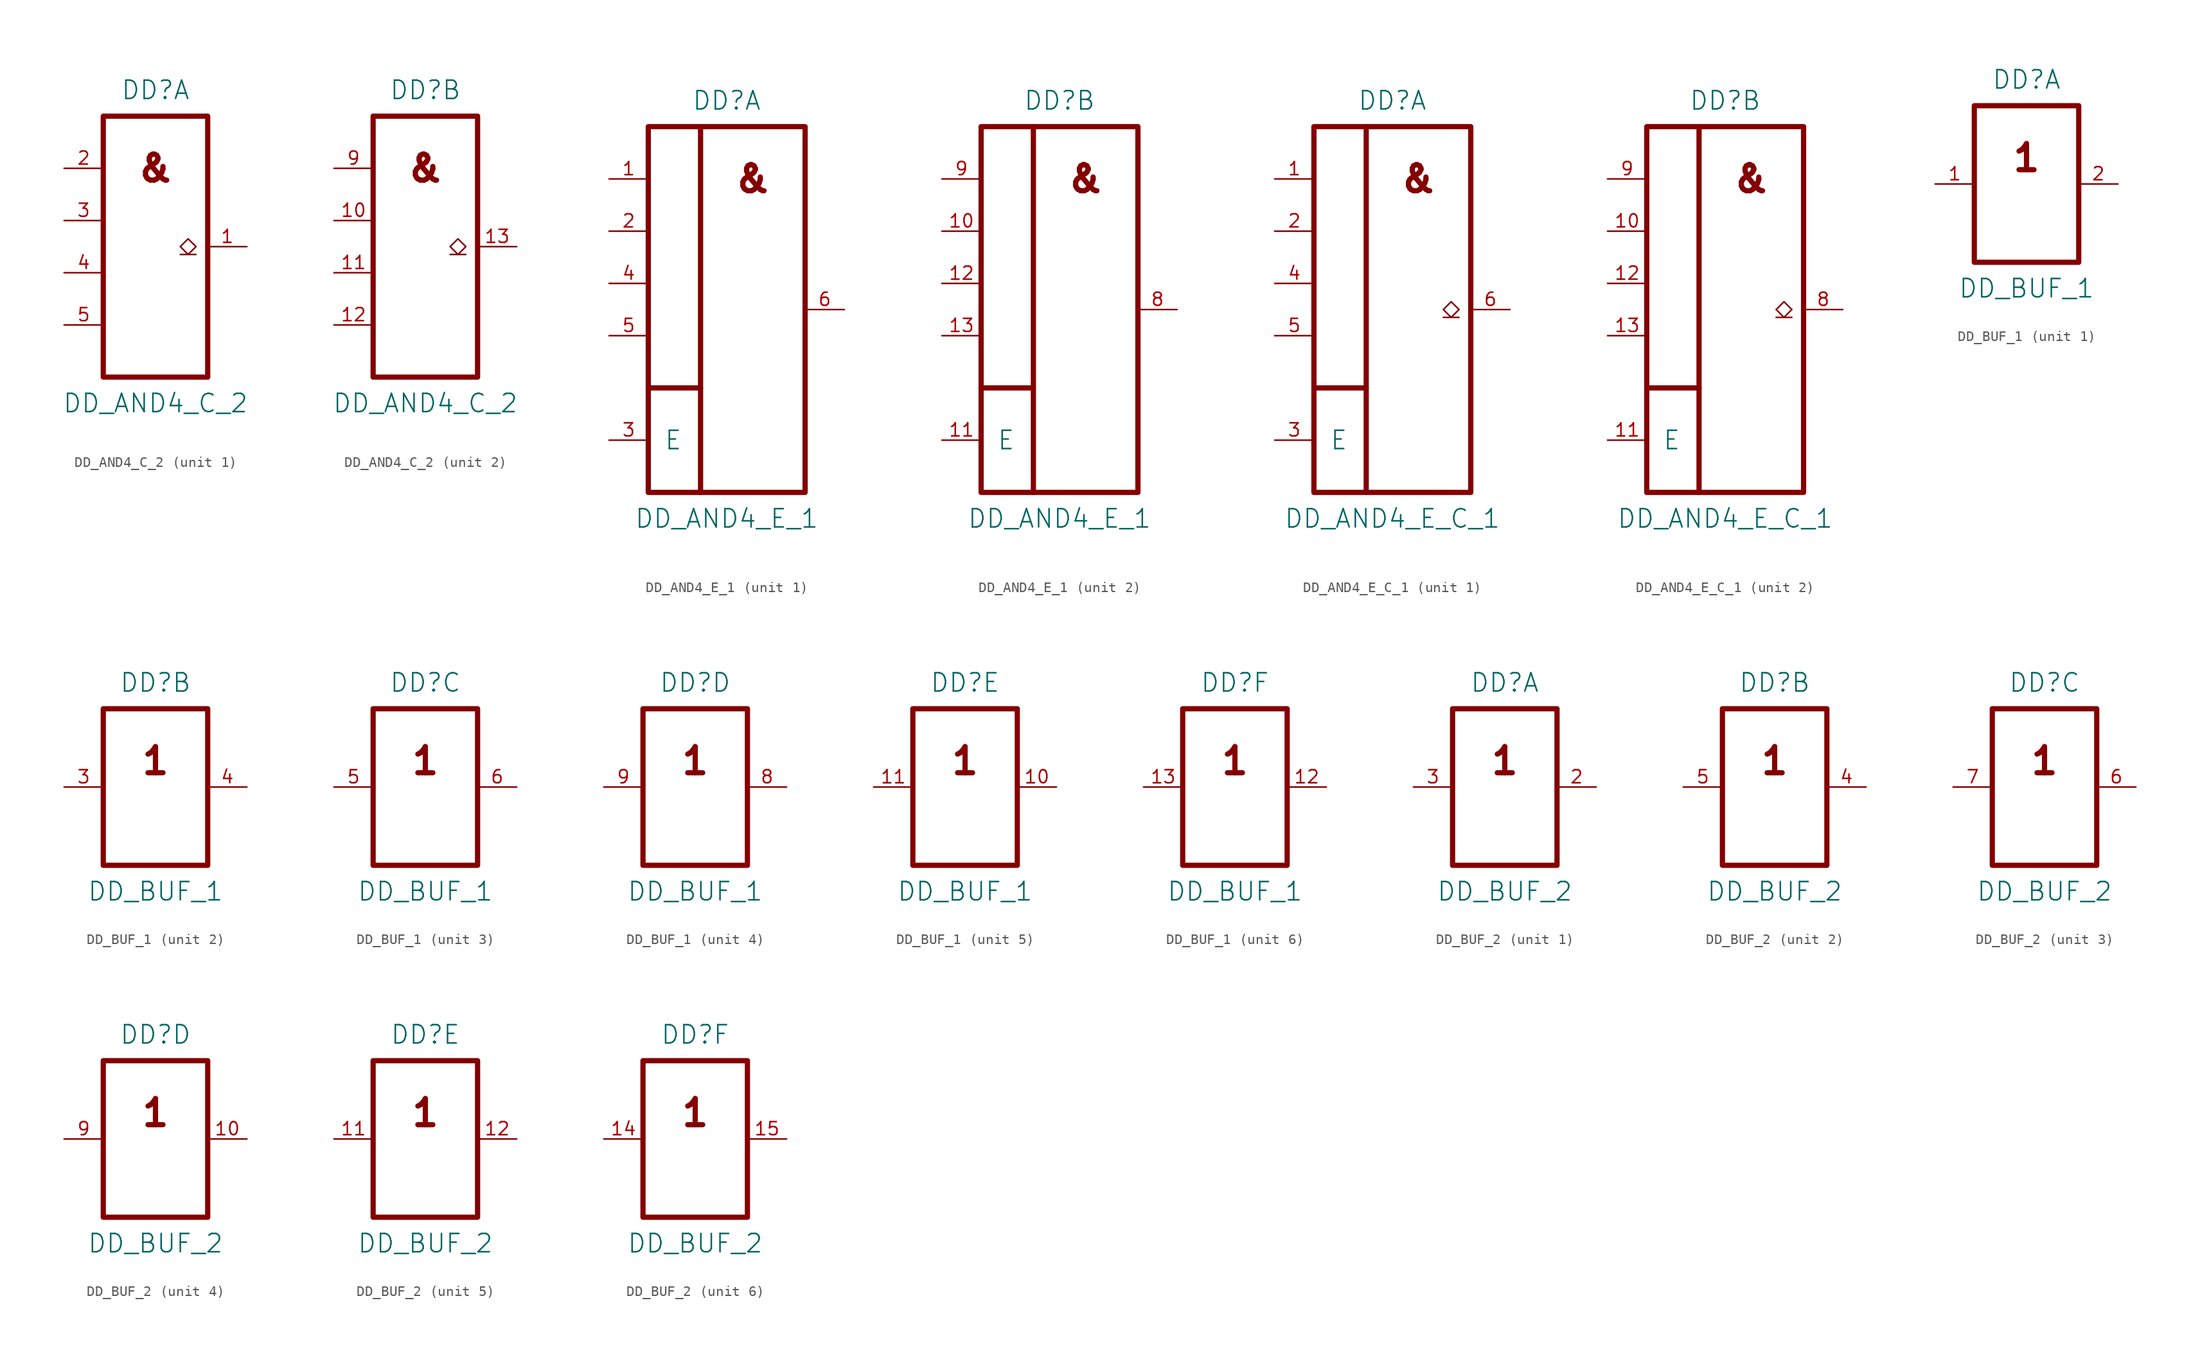
<source format=kicad_sym>
(kicad_symbol_lib
  (version 20211014)
  (generator kicad_symbol_editor)
  (symbol "DD_AND4_C_2"
    (pin_names
      (offset 1.27))
    (property "Reference" "DD"
      (at 0 15.24 0)
      (effects (font (size 1.778 1.778))))
    (property "Value" "DD_AND4_C_2"
      (at 0 -15.24 0)
      (effects (font (size 1.778 1.778))))
    (symbol "DD_AND4_C_2_0_0"
      (text "&" (at 0 7.62 0) (effects (font (size 2.54 2.54) bold))))
    (symbol "DD_AND4_C_2_0_1"
      (rectangle (start -5.08 12.7) (end 5.08 -12.7) (stroke (width 0.508) (type default) (color 0 0 0 0)) (fill (type none)))
      (polyline (pts (xy 2.413 -0.762) (xy 3.175 -0.762) (xy 2.413 0) (xy 3.175 0.762) (xy 3.937 0) (xy 3.175 -0.762) (xy 3.937 -0.762)) (stroke (width 0) (type default) (color 0 0 0 0)) (fill (type none)))
      (pin power_in non_logic (at 8.89 10.16 180) (length 3.81) hide (name "VCC" (effects (font (size 1.27 1.27)))) (number "14" (effects (font (size 1.27 1.27)))))
      (pin power_in non_logic (at 8.89 -10.16 180) (length 3.81) hide (name "GND" (effects (font (size 1.27 1.27)))) (number "7" (effects (font (size 1.27 1.27))))))
    (symbol "DD_AND4_C_2_1_1"
      (pin output line (at 8.89 0 180) (length 3.81) (name "~" (effects (font (size 1.778 1.778)))) (number "1" (effects (font (size 1.27 1.27)))))
      (pin input line (at -8.89 7.62 0) (length 3.81) (name "~" (effects (font (size 1.778 1.778)))) (number "2" (effects (font (size 1.27 1.27)))))
      (pin input line (at -8.89 2.54 0) (length 3.81) (name "~" (effects (font (size 1.778 1.778)))) (number "3" (effects (font (size 1.27 1.27)))))
      (pin input line (at -8.89 -2.54 0) (length 3.81) (name "~" (effects (font (size 1.778 1.778)))) (number "4" (effects (font (size 1.27 1.27)))))
      (pin input line (at -8.89 -7.62 0) (length 3.81) (name "~" (effects (font (size 1.778 1.778)))) (number "5" (effects (font (size 1.27 1.27))))))
    (symbol "DD_AND4_C_2_2_1"
      (pin input line (at -8.89 2.54 0) (length 3.81) (name "~" (effects (font (size 1.778 1.778)))) (number "10" (effects (font (size 1.27 1.27)))))
      (pin input line (at -8.89 -2.54 0) (length 3.81) (name "~" (effects (font (size 1.778 1.778)))) (number "11" (effects (font (size 1.27 1.27)))))
      (pin input line (at -8.89 -7.62 0) (length 3.81) (name "~" (effects (font (size 1.778 1.778)))) (number "12" (effects (font (size 1.27 1.27)))))
      (pin output line (at 8.89 0 180) (length 3.81) (name "~" (effects (font (size 1.778 1.778)))) (number "13" (effects (font (size 1.27 1.27)))))
      (pin input line (at -8.89 7.62 0) (length 3.81) (name "~" (effects (font (size 1.778 1.778)))) (number "9" (effects (font (size 1.27 1.27)))))))
  (symbol "DD_AND4_E_1"
    (pin_names
      (offset 1.524))
    (property "Reference" "DD"
      (at 0 20.32 0)
      (effects (font (size 1.778 1.778))))
    (property "Value" "DD_AND4_E_1"
      (at 0 -20.32 0)
      (effects (font (size 1.778 1.778))))
    (symbol "DD_AND4_E_1_0_0"
      (text "&" (at 2.54 12.7 0) (effects (font (size 2.54 2.54) bold))))
    (symbol "DD_AND4_E_1_0_1"
      (rectangle (start -7.62 17.78) (end 7.62 -17.78) (stroke (width 0.508) (type default) (color 0 0 0 0)) (fill (type none)))
      (polyline (pts (xy -7.62 -7.62) (xy -2.54 -7.62)) (stroke (width 0.508) (type default) (color 0 0 0 0)) (fill (type none)))
      (polyline (pts (xy -2.54 17.78) (xy -2.54 -17.78)) (stroke (width 0.508) (type default) (color 0 0 0 0)) (fill (type none)))
      (pin power_in non_logic (at 11.43 15.24 180) (length 3.81) hide (name "VCC" (effects (font (size 1.27 1.27)))) (number "14" (effects (font (size 1.27 1.27)))))
      (pin power_in non_logic (at 11.43 -15.24 180) (length 3.81) hide (name "GND" (effects (font (size 1.27 1.27)))) (number "7" (effects (font (size 1.27 1.27))))))
    (symbol "DD_AND4_E_1_1_1"
      (pin input line (at -11.43 12.7 0) (length 3.81) (name "~" (effects (font (size 1.778 1.778)))) (number "1" (effects (font (size 1.27 1.27)))))
      (pin input line (at -11.43 7.62 0) (length 3.81) (name "~" (effects (font (size 1.778 1.778)))) (number "2" (effects (font (size 1.27 1.27)))))
      (pin input line (at -11.43 -12.7 0) (length 3.81) (name "E" (effects (font (size 1.778 1.778)))) (number "3" (effects (font (size 1.27 1.27)))))
      (pin input line (at -11.43 2.54 0) (length 3.81) (name "~" (effects (font (size 1.778 1.778)))) (number "4" (effects (font (size 1.27 1.27)))))
      (pin input line (at -11.43 -2.54 0) (length 3.81) (name "~" (effects (font (size 1.778 1.778)))) (number "5" (effects (font (size 1.27 1.27)))))
      (pin output line (at 11.43 0 180) (length 3.81) (name "~" (effects (font (size 1.778 1.778)))) (number "6" (effects (font (size 1.27 1.27))))))
    (symbol "DD_AND4_E_1_2_1"
      (pin input line (at -11.43 7.62 0) (length 3.81) (name "~" (effects (font (size 1.778 1.778)))) (number "10" (effects (font (size 1.27 1.27)))))
      (pin input line (at -11.43 -12.7 0) (length 3.81) (name "E" (effects (font (size 1.778 1.778)))) (number "11" (effects (font (size 1.27 1.27)))))
      (pin input line (at -11.43 2.54 0) (length 3.81) (name "~" (effects (font (size 1.778 1.778)))) (number "12" (effects (font (size 1.27 1.27)))))
      (pin input line (at -11.43 -2.54 0) (length 3.81) (name "~" (effects (font (size 1.778 1.778)))) (number "13" (effects (font (size 1.27 1.27)))))
      (pin output line (at 11.43 0 180) (length 3.81) (name "~" (effects (font (size 1.778 1.778)))) (number "8" (effects (font (size 1.27 1.27)))))
      (pin input line (at -11.43 12.7 0) (length 3.81) (name "~" (effects (font (size 1.778 1.778)))) (number "9" (effects (font (size 1.27 1.27)))))))
  (symbol "DD_AND4_E_C_1"
    (pin_names
      (offset 1.524))
    (property "Reference" "DD"
      (at 0 20.32 0)
      (effects (font (size 1.778 1.778))))
    (property "Value" "DD_AND4_E_C_1"
      (at 0 -20.32 0)
      (effects (font (size 1.778 1.778))))
    (symbol "DD_AND4_E_C_1_0_0"
      (text "&" (at 2.54 12.7 0) (effects (font (size 2.54 2.54) bold))))
    (symbol "DD_AND4_E_C_1_0_1"
      (rectangle (start -7.62 17.78) (end 7.62 -17.78) (stroke (width 0.508) (type default) (color 0 0 0 0)) (fill (type none)))
      (polyline (pts (xy -7.62 -7.62) (xy -2.54 -7.62)) (stroke (width 0.508) (type default) (color 0 0 0 0)) (fill (type none)))
      (polyline (pts (xy -2.54 17.78) (xy -2.54 -17.78)) (stroke (width 0.508) (type default) (color 0 0 0 0)) (fill (type none)))
      (polyline (pts (xy 4.953 -0.762) (xy 5.715 -0.762) (xy 4.953 0) (xy 5.715 0.762) (xy 6.477 0) (xy 5.715 -0.762) (xy 6.477 -0.762)) (stroke (width 0) (type default) (color 0 0 0 0)) (fill (type none)))
      (pin power_in non_logic (at 11.43 15.24 180) (length 3.81) hide (name "VCC" (effects (font (size 1.27 1.27)))) (number "14" (effects (font (size 1.27 1.27)))))
      (pin power_in non_logic (at 11.43 -15.24 180) (length 3.81) hide (name "GND" (effects (font (size 1.27 1.27)))) (number "7" (effects (font (size 1.27 1.27))))))
    (symbol "DD_AND4_E_C_1_1_1"
      (pin input line (at -11.43 12.7 0) (length 3.81) (name "~" (effects (font (size 1.778 1.778)))) (number "1" (effects (font (size 1.27 1.27)))))
      (pin input line (at -11.43 7.62 0) (length 3.81) (name "~" (effects (font (size 1.778 1.778)))) (number "2" (effects (font (size 1.27 1.27)))))
      (pin input line (at -11.43 -12.7 0) (length 3.81) (name "E" (effects (font (size 1.778 1.778)))) (number "3" (effects (font (size 1.27 1.27)))))
      (pin input line (at -11.43 2.54 0) (length 3.81) (name "~" (effects (font (size 1.778 1.778)))) (number "4" (effects (font (size 1.27 1.27)))))
      (pin input line (at -11.43 -2.54 0) (length 3.81) (name "~" (effects (font (size 1.778 1.778)))) (number "5" (effects (font (size 1.27 1.27)))))
      (pin output line (at 11.43 0 180) (length 3.81) (name "~" (effects (font (size 1.778 1.778)))) (number "6" (effects (font (size 1.27 1.27))))))
    (symbol "DD_AND4_E_C_1_2_1"
      (pin input line (at -11.43 7.62 0) (length 3.81) (name "~" (effects (font (size 1.778 1.778)))) (number "10" (effects (font (size 1.27 1.27)))))
      (pin input line (at -11.43 -12.7 0) (length 3.81) (name "E" (effects (font (size 1.778 1.778)))) (number "11" (effects (font (size 1.27 1.27)))))
      (pin input line (at -11.43 2.54 0) (length 3.81) (name "~" (effects (font (size 1.778 1.778)))) (number "12" (effects (font (size 1.27 1.27)))))
      (pin input line (at -11.43 -2.54 0) (length 3.81) (name "~" (effects (font (size 1.778 1.778)))) (number "13" (effects (font (size 1.27 1.27)))))
      (pin output line (at 11.43 0 180) (length 3.81) (name "~" (effects (font (size 1.778 1.778)))) (number "8" (effects (font (size 1.27 1.27)))))
      (pin input line (at -11.43 12.7 0) (length 3.81) (name "~" (effects (font (size 1.778 1.778)))) (number "9" (effects (font (size 1.27 1.27)))))))
  (symbol "DD_BUF_1"
    (pin_names
      (offset 1.27))
    (property "Reference" "DD"
      (at 0 10.16 0)
      (effects (font (size 1.778 1.778))))
    (property "Value" "DD_BUF_1"
      (at 0 -10.16 0)
      (effects (font (size 1.778 1.778))))
    (symbol "DD_BUF_1_0_0"
      (text "1" (at 0 2.54 0) (effects (font (size 2.54 2.54) bold))))
    (symbol "DD_BUF_1_0_1"
      (rectangle (start -5.08 7.62) (end 5.08 -7.62) (stroke (width 0.508) (type default) (color 0 0 0 0)) (fill (type none)))
      (pin power_in non_logic (at 8.89 5.08 180) (length 3.81) hide (name "VCC" (effects (font (size 1.27 1.27)))) (number "14" (effects (font (size 1.27 1.27)))))
      (pin power_in non_logic (at 8.89 -5.08 180) (length 3.81) hide (name "GND" (effects (font (size 1.27 1.27)))) (number "7" (effects (font (size 1.27 1.27))))))
    (symbol "DD_BUF_1_1_1"
      (pin input line (at -8.89 0 0) (length 3.81) (name "~" (effects (font (size 1.778 1.778)))) (number "1" (effects (font (size 1.27 1.27)))))
      (pin output line (at 8.89 0 180) (length 3.81) (name "~" (effects (font (size 1.778 1.778)))) (number "2" (effects (font (size 1.27 1.27))))))
    (symbol "DD_BUF_1_2_1"
      (pin input line (at -8.89 0 0) (length 3.81) (name "~" (effects (font (size 1.778 1.778)))) (number "3" (effects (font (size 1.27 1.27)))))
      (pin output line (at 8.89 0 180) (length 3.81) (name "~" (effects (font (size 1.778 1.778)))) (number "4" (effects (font (size 1.27 1.27))))))
    (symbol "DD_BUF_1_3_1"
      (pin input line (at -8.89 0 0) (length 3.81) (name "~" (effects (font (size 1.778 1.778)))) (number "5" (effects (font (size 1.27 1.27)))))
      (pin output line (at 8.89 0 180) (length 3.81) (name "~" (effects (font (size 1.778 1.778)))) (number "6" (effects (font (size 1.27 1.27))))))
    (symbol "DD_BUF_1_4_1"
      (pin output line (at 8.89 0 180) (length 3.81) (name "~" (effects (font (size 1.778 1.778)))) (number "8" (effects (font (size 1.27 1.27)))))
      (pin input line (at -8.89 0 0) (length 3.81) (name "~" (effects (font (size 1.778 1.778)))) (number "9" (effects (font (size 1.27 1.27))))))
    (symbol "DD_BUF_1_5_1"
      (pin output line (at 8.89 0 180) (length 3.81) (name "~" (effects (font (size 1.778 1.778)))) (number "10" (effects (font (size 1.27 1.27)))))
      (pin input line (at -8.89 0 0) (length 3.81) (name "~" (effects (font (size 1.778 1.778)))) (number "11" (effects (font (size 1.27 1.27))))))
    (symbol "DD_BUF_1_6_1"
      (pin output line (at 8.89 0 180) (length 3.81) (name "~" (effects (font (size 1.778 1.778)))) (number "12" (effects (font (size 1.27 1.27)))))
      (pin input line (at -8.89 0 0) (length 3.81) (name "~" (effects (font (size 1.778 1.778)))) (number "13" (effects (font (size 1.27 1.27)))))))
  (symbol "DD_BUF_2"
    (pin_names
      (offset 1.27))
    (property "Reference" "DD"
      (at 0 10.16 0)
      (effects (font (size 1.778 1.778))))
    (property "Value" "DD_BUF_2"
      (at 0 -10.16 0)
      (effects (font (size 1.778 1.778))))
    (symbol "DD_BUF_2_0_0"
      (text "1" (at 0 2.54 0) (effects (font (size 2.54 2.54) bold))))
    (symbol "DD_BUF_2_0_1"
      (rectangle (start -5.08 7.62) (end 5.08 -7.62) (stroke (width 0.508) (type default) (color 0 0 0 0)) (fill (type none)))
      (pin power_in non_logic (at 8.89 5.08 180) (length 3.81) hide (name "VCC" (effects (font (size 1.27 1.27)))) (number "16" (effects (font (size 1.27 1.27)))))
      (pin power_in non_logic (at 8.89 -5.08 180) (length 3.81) hide (name "GND" (effects (font (size 1.27 1.27)))) (number "8" (effects (font (size 1.27 1.27))))))
    (symbol "DD_BUF_2_1_1"
      (pin output line (at 8.89 0 180) (length 3.81) (name "~" (effects (font (size 1.778 1.778)))) (number "2" (effects (font (size 1.27 1.27)))))
      (pin input line (at -8.89 0 0) (length 3.81) (name "~" (effects (font (size 1.778 1.778)))) (number "3" (effects (font (size 1.27 1.27))))))
    (symbol "DD_BUF_2_2_1"
      (pin output line (at 8.89 0 180) (length 3.81) (name "~" (effects (font (size 1.778 1.778)))) (number "4" (effects (font (size 1.27 1.27)))))
      (pin input line (at -8.89 0 0) (length 3.81) (name "~" (effects (font (size 1.778 1.778)))) (number "5" (effects (font (size 1.27 1.27))))))
    (symbol "DD_BUF_2_3_1"
      (pin output line (at 8.89 0 180) (length 3.81) (name "~" (effects (font (size 1.778 1.778)))) (number "6" (effects (font (size 1.27 1.27)))))
      (pin input line (at -8.89 0 0) (length 3.81) (name "~" (effects (font (size 1.778 1.778)))) (number "7" (effects (font (size 1.27 1.27))))))
    (symbol "DD_BUF_2_4_1"
      (pin output line (at 8.89 0 180) (length 3.81) (name "~" (effects (font (size 1.778 1.778)))) (number "10" (effects (font (size 1.27 1.27)))))
      (pin input line (at -8.89 0 0) (length 3.81) (name "~" (effects (font (size 1.778 1.778)))) (number "9" (effects (font (size 1.27 1.27))))))
    (symbol "DD_BUF_2_5_1"
      (pin input line (at -8.89 0 0) (length 3.81) (name "~" (effects (font (size 1.778 1.778)))) (number "11" (effects (font (size 1.27 1.27)))))
      (pin output line (at 8.89 0 180) (length 3.81) (name "~" (effects (font (size 1.778 1.778)))) (number "12" (effects (font (size 1.27 1.27))))))
    (symbol "DD_BUF_2_6_1"
      (pin input line (at -8.89 0 0) (length 3.81) (name "~" (effects (font (size 1.778 1.778)))) (number "14" (effects (font (size 1.27 1.27)))))
      (pin output line (at 8.89 0 180) (length 3.81) (name "~" (effects (font (size 1.778 1.778)))) (number "15" (effects (font (size 1.27 1.27))))))))
</source>
